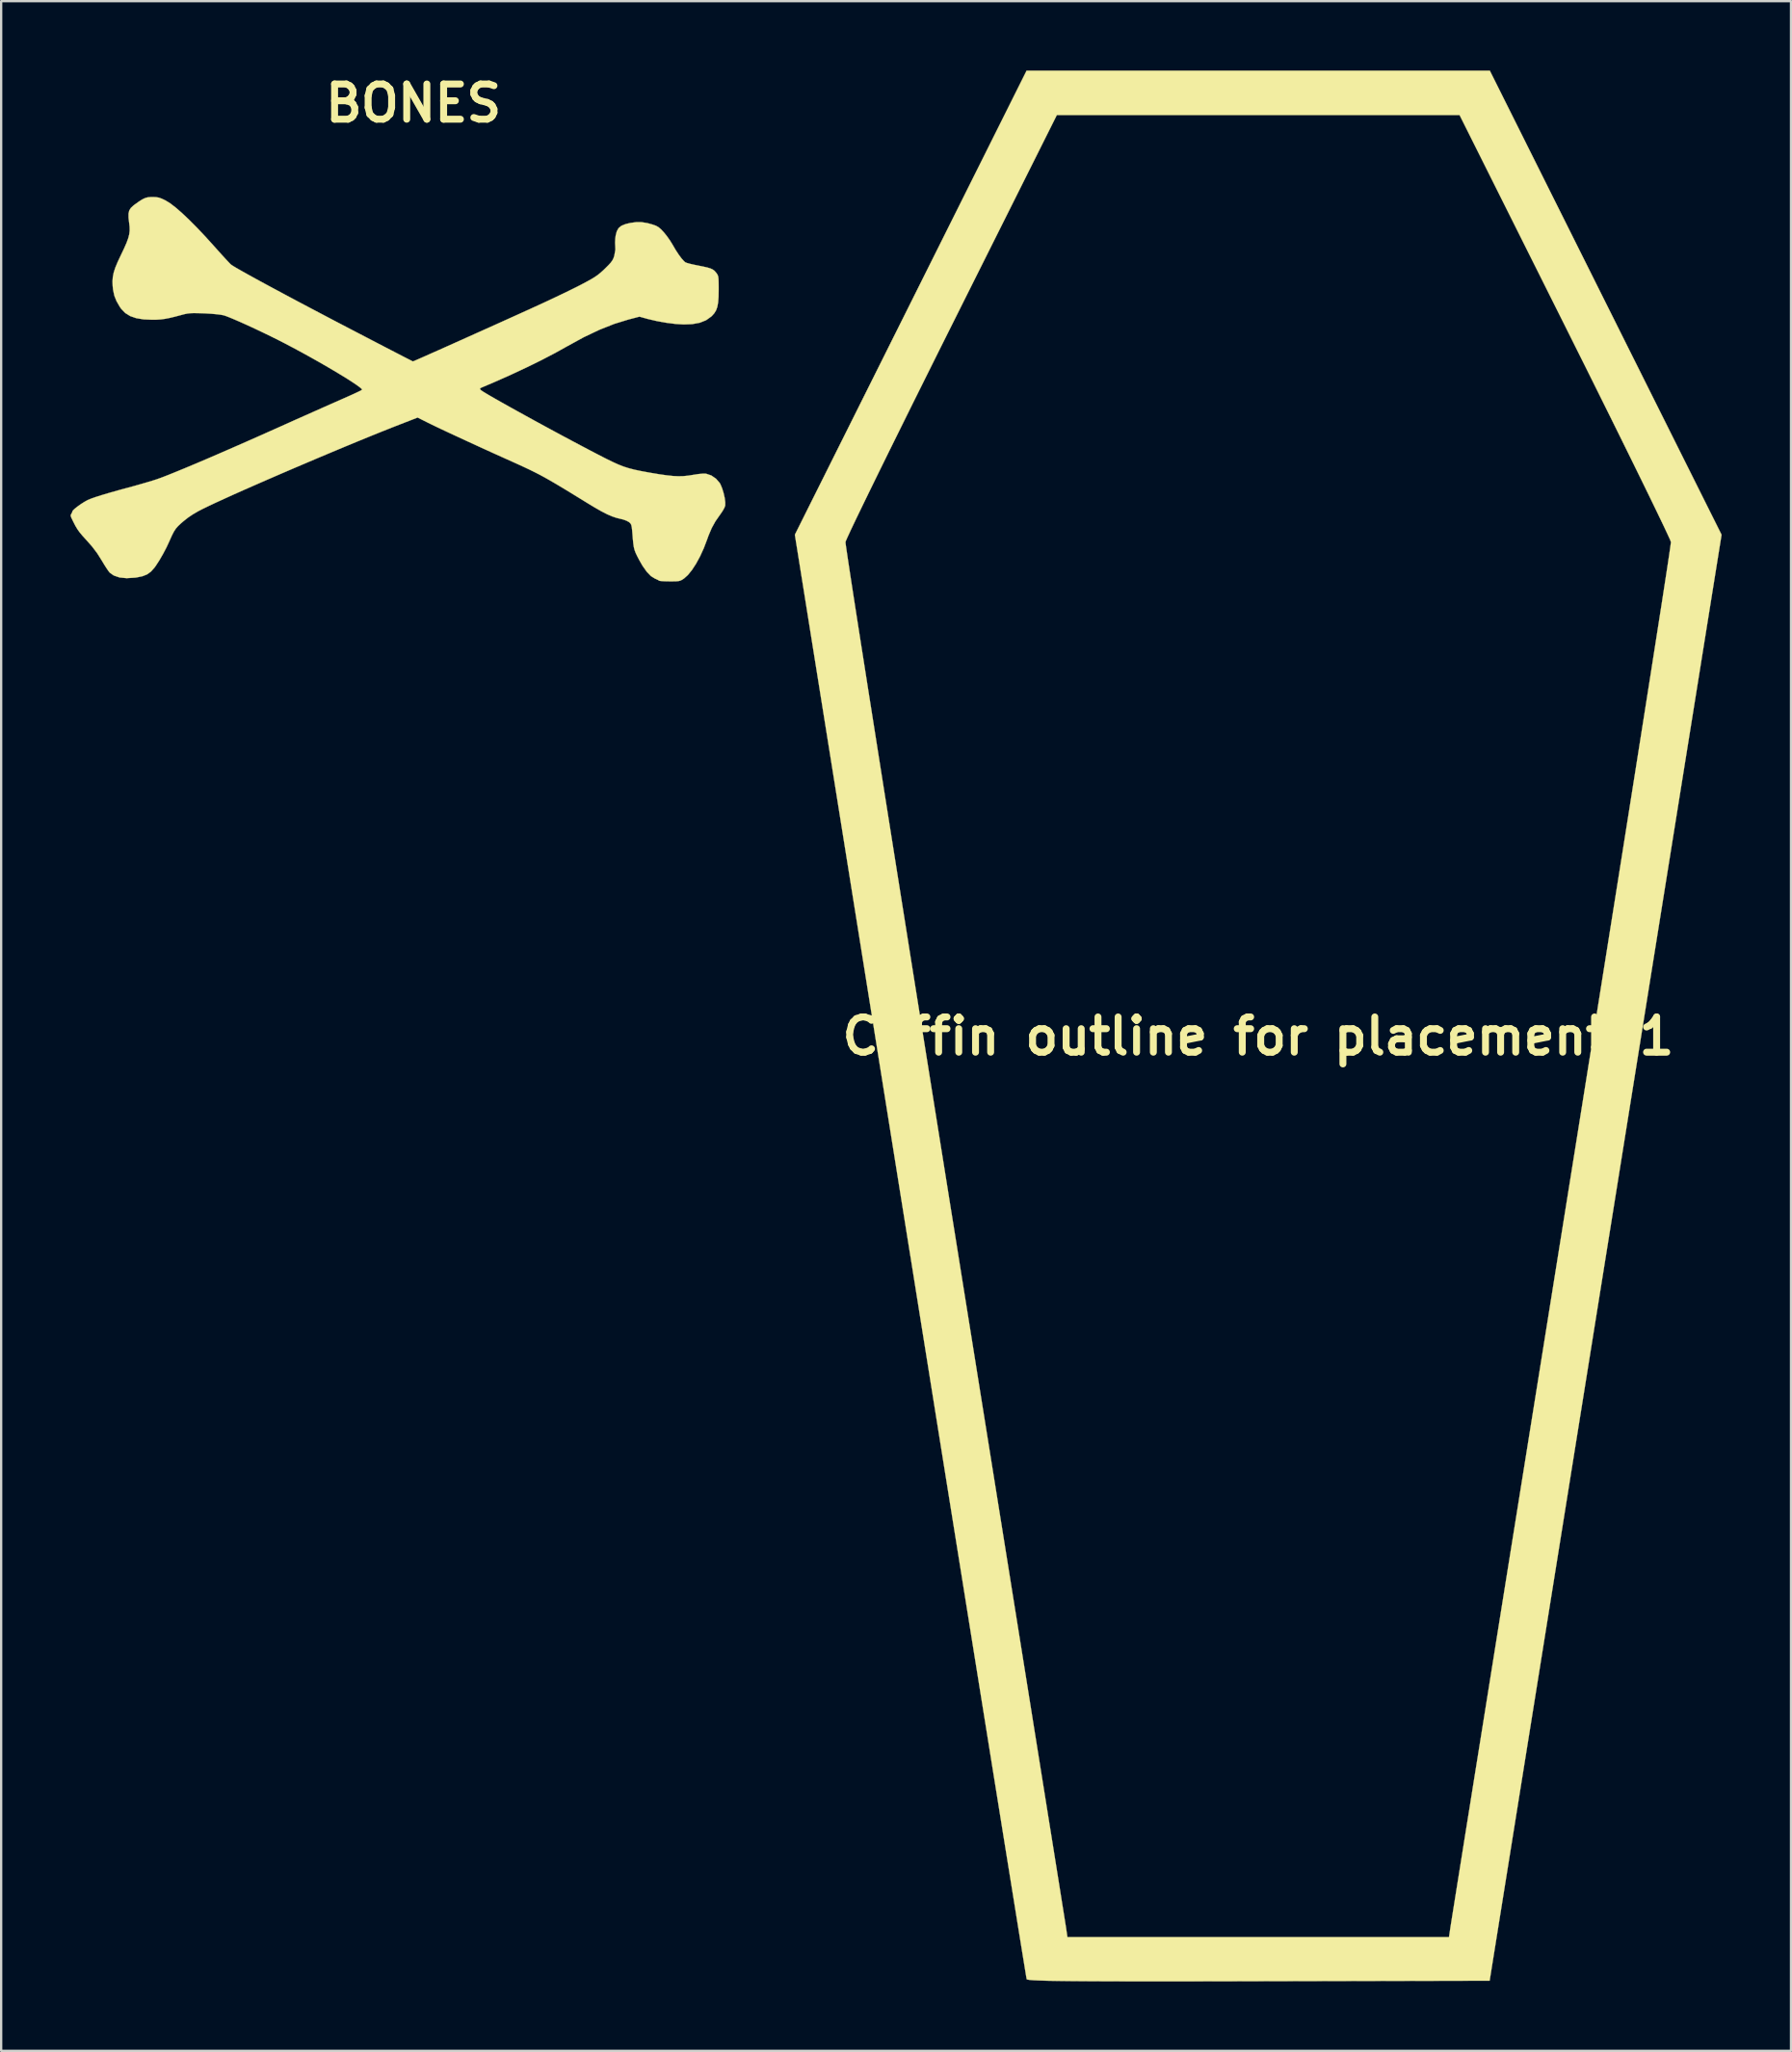
<source format=kicad_pcb>
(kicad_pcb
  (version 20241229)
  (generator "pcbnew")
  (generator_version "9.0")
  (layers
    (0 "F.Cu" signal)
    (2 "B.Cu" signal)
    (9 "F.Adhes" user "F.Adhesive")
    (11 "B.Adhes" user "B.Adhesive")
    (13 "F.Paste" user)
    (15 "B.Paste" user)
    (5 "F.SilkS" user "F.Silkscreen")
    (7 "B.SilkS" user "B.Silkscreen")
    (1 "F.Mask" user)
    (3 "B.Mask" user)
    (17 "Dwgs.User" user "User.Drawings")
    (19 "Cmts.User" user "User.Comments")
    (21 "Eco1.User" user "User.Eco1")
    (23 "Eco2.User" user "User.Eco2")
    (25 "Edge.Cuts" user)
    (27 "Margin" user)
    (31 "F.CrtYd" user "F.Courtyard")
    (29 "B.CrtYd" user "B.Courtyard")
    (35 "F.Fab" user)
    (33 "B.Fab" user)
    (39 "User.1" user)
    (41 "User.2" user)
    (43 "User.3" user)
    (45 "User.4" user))
  (footprint "Coffin outline for placement01"
    (layer "F.Cu")
    (at 51.379 41.78)
    (property "Reference" "Coffin outline for placement01" (at 0 0 0) (layer "F.SilkS") (effects (font (size 1.524 1.524) (thickness 0.3))))
    (attr through_hole)
    (fp_poly (pts (xy 15.032 -31.735) (xy 20.045 -21.696) (xy 15.028 9.582) (xy 10.012 40.859) (xy 0.017 40.881) (xy -1.629 40.885) (xy -3.097 40.887) (xy -4.394 40.887) (xy -5.53 40.887) (xy -6.514 40.885) (xy -7.356 40.881) (xy -8.063 40.876) (xy -8.644 40.869) (xy -9.11 40.861) (xy -9.469 40.85) (xy -9.73 40.838) (xy -9.902 40.823) (xy -9.994 40.807) (xy -10.015 40.794) (xy -10.032 40.7) (xy -10.075 40.439) (xy -10.144 40.017) (xy -10.238 39.44) (xy -10.356 38.715) (xy -10.496 37.847) (xy -10.658 36.842) (xy -10.841 35.708) (xy -11.044 34.449) (xy -11.265 33.072) (xy -11.505 31.583) (xy -11.761 29.989) (xy -12.033 28.295) (xy -12.32 26.508) (xy -12.621 24.633) (xy -12.935 22.677) (xy -13.261 20.646) (xy -13.598 18.547) (xy -13.945 16.384) (xy -14.3 14.165) (xy -14.664 11.896) (xy -15.034 9.582) (xy -15.049 9.494) (xy -19.993 -21.38) (xy -17.855 -21.38) (xy -17.844 -21.276) (xy -17.805 -21.005) (xy -17.741 -20.573) (xy -17.652 -19.987) (xy -17.539 -19.254) (xy -17.403 -18.378) (xy -17.245 -17.368) (xy -17.066 -16.229) (xy -16.868 -14.967) (xy -16.65 -13.589) (xy -16.415 -12.101) (xy -16.163 -10.509) (xy -15.895 -8.82) (xy -15.613 -7.041) (xy -15.316 -5.177) (xy -15.007 -3.234) (xy -14.685 -1.22) (xy -14.353 0.859) (xy -14.011 2.998) (xy -13.66 5.19) (xy -13.302 7.428) (xy -13.129 8.503) (xy -12.767 10.763) (xy -12.411 12.98) (xy -12.064 15.149) (xy -11.725 17.262) (xy -11.396 19.313) (xy -11.078 21.296) (xy -10.772 23.205) (xy -10.479 25.033) (xy -10.2 26.773) (xy -9.936 28.42) (xy -9.689 29.967) (xy -9.458 31.407) (xy -9.245 32.735) (xy -9.052 33.943) (xy -8.878 35.026) (xy -8.726 35.977) (xy -8.596 36.789) (xy -8.49 37.457) (xy -8.407 37.973) (xy -8.35 38.332) (xy -8.319 38.527) (xy -8.314 38.56) (xy -8.253 38.976) (xy 8.253 38.976) (xy 8.311 38.583) (xy 8.329 38.467) (xy 8.374 38.184) (xy 8.445 37.741) (xy 8.54 37.144) (xy 8.659 36.399) (xy 8.801 35.512) (xy 8.964 34.491) (xy 9.149 33.341) (xy 9.352 32.069) (xy 9.575 30.681) (xy 9.815 29.183) (xy 10.071 27.583) (xy 10.343 25.885) (xy 10.629 24.098) (xy 10.929 22.226) (xy 11.242 20.277) (xy 11.566 18.257) (xy 11.9 16.172) (xy 12.244 14.028) (xy 12.596 11.832) (xy 12.955 9.591) (xy 13.126 8.525) (xy 13.488 6.266) (xy 13.843 4.051) (xy 14.189 1.886) (xy 14.526 -0.224) (xy 14.853 -2.271) (xy 15.168 -4.249) (xy 15.471 -6.151) (xy 15.761 -7.973) (xy 16.036 -9.706) (xy 16.296 -11.346) (xy 16.539 -12.884) (xy 16.765 -14.316) (xy 16.973 -15.635) (xy 17.161 -16.834) (xy 17.329 -17.908) (xy 17.476 -18.849) (xy 17.6 -19.652) (xy 17.701 -20.31) (xy 17.777 -20.817) (xy 17.828 -21.166) (xy 17.853 -21.351) (xy 17.855 -21.38) (xy 17.813 -21.49) (xy 17.695 -21.748) (xy 17.508 -22.144) (xy 17.256 -22.669) (xy 16.945 -23.31) (xy 16.579 -24.06) (xy 16.164 -24.906) (xy 15.704 -25.839) (xy 15.205 -26.849) (xy 14.671 -27.925) (xy 14.108 -29.057) (xy 13.52 -30.234) (xy 13.269 -30.737) (xy 8.711 -39.852) (xy -8.711 -39.852) (xy -13.269 -30.737) (xy -13.865 -29.543) (xy -14.439 -28.39) (xy -14.986 -27.29) (xy -15.5 -26.251) (xy -15.977 -25.285) (xy -16.412 -24.401) (xy -16.799 -23.61) (xy -17.133 -22.922) (xy -17.411 -22.348) (xy -17.625 -21.897) (xy -17.772 -21.58) (xy -17.847 -21.407) (xy -17.855 -21.38) (xy -19.993 -21.38) (xy -20.044 -21.697) (xy -15.031 -31.736) (xy -10.019 -41.775) (xy 10.019 -41.775) (xy 15.032 -31.735)) (stroke (width 0.01) (type solid)) (fill yes) (layer "F.SilkS")))
  (footprint "BONES"
    (layer "F.Cu")
    (at 14.835 1.418)
    (property "Reference" "BONES" (at 0 0 0) (layer "F.SilkS") (effects (font (size 1.524 1.524) (thickness 0.3))))
    (attr through_hole)
    (fp_poly (pts (xy -11.134 4.061) (xy -11.01 4.082) (xy -10.882 4.128) (xy -10.719 4.207) (xy -10.712 4.211) (xy -10.521 4.329) (xy -10.287 4.509) (xy -10.014 4.746) (xy -9.707 5.037) (xy -9.368 5.377) (xy -9.004 5.762) (xy -8.636 6.169) (xy -8.449 6.378) (xy -8.275 6.571) (xy -8.123 6.737) (xy -8.001 6.867) (xy -7.918 6.953) (xy -7.887 6.981) (xy -7.801 7.039) (xy -7.647 7.131) (xy -7.43 7.255) (xy -7.154 7.41) (xy -6.823 7.593) (xy -6.441 7.801) (xy -6.012 8.032) (xy -5.542 8.284) (xy -5.033 8.556) (xy -4.49 8.843) (xy -3.917 9.145) (xy -3.319 9.459) (xy -2.914 9.67) (xy -2.468 9.903) (xy -2.042 10.125) (xy -1.642 10.333) (xy -1.274 10.524) (xy -0.942 10.696) (xy -0.653 10.845) (xy -0.412 10.97) (xy -0.224 11.066) (xy -0.094 11.132) (xy -0.028 11.165) (xy -0.021 11.168) (xy 0.02 11.152) (xy 0.128 11.105) (xy 0.298 11.031) (xy 0.523 10.931) (xy 0.797 10.809) (xy 1.115 10.668) (xy 1.469 10.51) (xy 1.855 10.337) (xy 2.266 10.153) (xy 2.695 9.96) (xy 3.138 9.761) (xy 3.587 9.559) (xy 4.037 9.356) (xy 4.482 9.155) (xy 4.915 8.959) (xy 5.04 8.902) (xy 5.401 8.737) (xy 5.769 8.567) (xy 6.129 8.397) (xy 6.47 8.235) (xy 6.777 8.086) (xy 7.038 7.957) (xy 7.239 7.855) (xy 7.248 7.85) (xy 7.502 7.715) (xy 7.699 7.605) (xy 7.854 7.51) (xy 7.983 7.42) (xy 8.1 7.324) (xy 8.223 7.213) (xy 8.283 7.155) (xy 8.435 7.004) (xy 8.54 6.889) (xy 8.609 6.792) (xy 8.656 6.697) (xy 8.689 6.596) (xy 8.736 6.332) (xy 8.73 6.175) (xy 8.723 6.029) (xy 8.732 5.85) (xy 8.749 5.721) (xy 8.798 5.535) (xy 8.877 5.397) (xy 9 5.298) (xy 9.18 5.225) (xy 9.384 5.177) (xy 9.638 5.142) (xy 9.873 5.144) (xy 10.121 5.184) (xy 10.349 5.247) (xy 10.489 5.297) (xy 10.599 5.358) (xy 10.707 5.449) (xy 10.823 5.572) (xy 10.957 5.736) (xy 11.096 5.932) (xy 11.211 6.118) (xy 11.215 6.125) (xy 11.343 6.345) (xy 11.475 6.546) (xy 11.6 6.714) (xy 11.708 6.834) (xy 11.766 6.882) (xy 11.837 6.909) (xy 11.967 6.945) (xy 12.136 6.984) (xy 12.283 7.014) (xy 12.534 7.064) (xy 12.719 7.106) (xy 12.853 7.147) (xy 12.948 7.191) (xy 13.019 7.243) (xy 13.08 7.31) (xy 13.094 7.328) (xy 13.137 7.387) (xy 13.167 7.443) (xy 13.186 7.51) (xy 13.197 7.605) (xy 13.202 7.742) (xy 13.204 7.937) (xy 13.204 8.06) (xy 13.199 8.37) (xy 13.181 8.613) (xy 13.147 8.804) (xy 13.093 8.957) (xy 13.015 9.085) (xy 12.909 9.203) (xy 12.882 9.227) (xy 12.659 9.386) (xy 12.384 9.495) (xy 12.054 9.555) (xy 11.692 9.568) (xy 11.342 9.547) (xy 10.948 9.497) (xy 10.538 9.424) (xy 10.142 9.332) (xy 10.08 9.315) (xy 9.777 9.231) (xy 9.295 9.357) (xy 8.687 9.544) (xy 8.045 9.799) (xy 7.365 10.122) (xy 6.647 10.515) (xy 6.644 10.516) (xy 6.124 10.806) (xy 5.539 11.111) (xy 4.902 11.424) (xy 4.226 11.74) (xy 3.523 12.053) (xy 3.004 12.274) (xy 2.907 12.317) (xy 2.875 12.348) (xy 2.897 12.386) (xy 2.925 12.413) (xy 2.989 12.459) (xy 3.117 12.538) (xy 3.303 12.648) (xy 3.541 12.785) (xy 3.823 12.945) (xy 4.142 13.124) (xy 4.493 13.319) (xy 4.868 13.526) (xy 5.261 13.742) (xy 5.665 13.962) (xy 6.073 14.183) (xy 6.479 14.402) (xy 6.876 14.614) (xy 7.257 14.816) (xy 7.616 15.005) (xy 7.946 15.177) (xy 8.239 15.328) (xy 8.386 15.402) (xy 8.649 15.53) (xy 8.88 15.634) (xy 9.096 15.718) (xy 9.316 15.788) (xy 9.558 15.851) (xy 9.84 15.91) (xy 10.179 15.973) (xy 10.277 15.99) (xy 10.655 16.053) (xy 10.97 16.097) (xy 11.236 16.125) (xy 11.468 16.135) (xy 11.681 16.13) (xy 11.89 16.109) (xy 12.109 16.074) (xy 12.11 16.074) (xy 12.32 16.041) (xy 12.503 16.024) (xy 12.637 16.024) (xy 12.661 16.026) (xy 12.887 16.102) (xy 13.09 16.242) (xy 13.249 16.426) (xy 13.283 16.487) (xy 13.355 16.659) (xy 13.417 16.862) (xy 13.464 17.07) (xy 13.489 17.258) (xy 13.488 17.399) (xy 13.486 17.407) (xy 13.451 17.501) (xy 13.378 17.632) (xy 13.281 17.776) (xy 13.255 17.811) (xy 13.063 18.087) (xy 12.905 18.373) (xy 12.767 18.698) (xy 12.703 18.875) (xy 12.561 19.248) (xy 12.4 19.6) (xy 12.227 19.918) (xy 12.049 20.191) (xy 11.873 20.408) (xy 11.711 20.554) (xy 11.627 20.611) (xy 11.554 20.648) (xy 11.473 20.67) (xy 11.362 20.68) (xy 11.202 20.683) (xy 11.093 20.683) (xy 10.913 20.68) (xy 10.763 20.673) (xy 10.662 20.663) (xy 10.628 20.653) (xy 10.574 20.62) (xy 10.477 20.575) (xy 10.447 20.563) (xy 10.272 20.454) (xy 10.092 20.267) (xy 9.907 20.004) (xy 9.765 19.756) (xy 9.675 19.583) (xy 9.61 19.445) (xy 9.565 19.323) (xy 9.533 19.194) (xy 9.511 19.04) (xy 9.491 18.84) (xy 9.478 18.671) (xy 9.461 18.472) (xy 9.445 18.336) (xy 9.425 18.247) (xy 9.397 18.189) (xy 9.355 18.144) (xy 9.327 18.12) (xy 9.223 18.062) (xy 9.078 18.008) (xy 8.971 17.982) (xy 8.783 17.936) (xy 8.589 17.87) (xy 8.376 17.778) (xy 8.133 17.653) (xy 7.849 17.491) (xy 7.56 17.317) (xy 7.132 17.054) (xy 6.765 16.829) (xy 6.446 16.635) (xy 6.168 16.469) (xy 5.921 16.325) (xy 5.696 16.197) (xy 5.482 16.081) (xy 5.27 15.972) (xy 5.052 15.864) (xy 4.817 15.753) (xy 4.557 15.633) (xy 4.261 15.499) (xy 3.92 15.346) (xy 3.911 15.341) (xy 3.522 15.166) (xy 3.119 14.983) (xy 2.71 14.796) (xy 2.307 14.611) (xy 1.919 14.431) (xy 1.556 14.263) (xy 1.23 14.11) (xy 0.951 13.977) (xy 0.728 13.869) (xy 0.618 13.815) (xy 0.181 13.596) (xy -0.529 13.871) (xy -0.944 14.033) (xy -1.4 14.215) (xy -1.891 14.414) (xy -2.412 14.627) (xy -2.955 14.852) (xy -3.513 15.085) (xy -4.082 15.324) (xy -4.653 15.567) (xy -5.221 15.809) (xy -5.78 16.049) (xy -6.322 16.284) (xy -6.841 16.511) (xy -7.332 16.727) (xy -7.787 16.93) (xy -8.199 17.117) (xy -8.564 17.284) (xy -8.873 17.43) (xy -9.122 17.551) (xy -9.302 17.644) (xy -9.313 17.65) (xy -9.547 17.787) (xy -9.746 17.921) (xy -9.945 18.078) (xy -10.058 18.176) (xy -10.18 18.29) (xy -10.277 18.401) (xy -10.361 18.529) (xy -10.445 18.692) (xy -10.543 18.91) (xy -10.551 18.929) (xy -10.681 19.209) (xy -10.834 19.501) (xy -10.996 19.78) (xy -11.152 20.02) (xy -11.203 20.09) (xy -11.353 20.259) (xy -11.519 20.38) (xy -11.721 20.461) (xy -11.978 20.514) (xy -12.039 20.522) (xy -12.405 20.545) (xy -12.713 20.515) (xy -12.962 20.43) (xy -13.133 20.311) (xy -13.188 20.244) (xy -13.271 20.123) (xy -13.372 19.965) (xy -13.479 19.787) (xy -13.485 19.777) (xy -13.681 19.466) (xy -13.901 19.176) (xy -14.14 18.905) (xy -14.304 18.725) (xy -14.43 18.575) (xy -14.532 18.434) (xy -14.624 18.281) (xy -14.721 18.091) (xy -14.808 17.91) (xy -14.83 17.822) (xy -14.804 17.771) (xy -14.761 17.691) (xy -14.756 17.658) (xy -14.724 17.608) (xy -14.639 17.529) (xy -14.516 17.433) (xy -14.373 17.332) (xy -14.224 17.238) (xy -14.091 17.165) (xy -13.95 17.106) (xy -13.736 17.031) (xy -13.454 16.942) (xy -13.109 16.84) (xy -12.705 16.726) (xy -12.357 16.632) (xy -12.075 16.555) (xy -11.79 16.474) (xy -11.521 16.396) (xy -11.288 16.326) (xy -11.11 16.269) (xy -11.095 16.264) (xy -10.889 16.19) (xy -10.616 16.084) (xy -10.279 15.948) (xy -9.885 15.786) (xy -9.439 15.599) (xy -8.946 15.389) (xy -8.411 15.158) (xy -7.841 14.91) (xy -7.239 14.646) (xy -6.611 14.368) (xy -5.962 14.078) (xy -5.961 14.078) (xy -5.542 13.89) (xy -5.121 13.701) (xy -4.709 13.518) (xy -4.316 13.343) (xy -3.952 13.181) (xy -3.627 13.036) (xy -3.35 12.914) (xy -3.132 12.818) (xy -3.044 12.779) (xy -2.811 12.676) (xy -2.6 12.581) (xy -2.426 12.5) (xy -2.298 12.438) (xy -2.23 12.401) (xy -2.224 12.396) (xy -2.238 12.36) (xy -2.317 12.289) (xy -2.454 12.189) (xy -2.643 12.062) (xy -2.876 11.912) (xy -3.148 11.745) (xy -3.451 11.563) (xy -3.779 11.37) (xy -4.126 11.171) (xy -4.485 10.969) (xy -4.849 10.768) (xy -5.212 10.573) (xy -5.567 10.386) (xy -5.806 10.264) (xy -6.142 10.096) (xy -6.486 9.929) (xy -6.826 9.767) (xy -7.153 9.615) (xy -7.457 9.478) (xy -7.728 9.36) (xy -7.955 9.265) (xy -8.127 9.199) (xy -8.217 9.171) (xy -8.34 9.148) (xy -8.522 9.126) (xy -8.742 9.106) (xy -8.979 9.092) (xy -9.071 9.088) (xy -9.32 9.08) (xy -9.508 9.078) (xy -9.654 9.083) (xy -9.777 9.097) (xy -9.898 9.121) (xy -10.019 9.153) (xy -10.314 9.231) (xy -10.551 9.288) (xy -10.749 9.326) (xy -10.929 9.35) (xy -11.109 9.362) (xy -11.289 9.365) (xy -11.672 9.349) (xy -11.991 9.297) (xy -12.252 9.207) (xy -12.465 9.075) (xy -12.637 8.898) (xy -12.698 8.813) (xy -12.845 8.559) (xy -12.94 8.321) (xy -12.994 8.064) (xy -13.011 7.902) (xy -13.018 7.7) (xy -13.004 7.513) (xy -12.966 7.323) (xy -12.899 7.115) (xy -12.798 6.872) (xy -12.659 6.577) (xy -12.655 6.568) (xy -12.514 6.273) (xy -12.409 6.033) (xy -12.337 5.835) (xy -12.293 5.664) (xy -12.275 5.506) (xy -12.278 5.348) (xy -12.296 5.191) (xy -12.324 4.953) (xy -12.325 4.775) (xy -12.294 4.64) (xy -12.227 4.53) (xy -12.117 4.427) (xy -12.071 4.391) (xy -11.88 4.254) (xy -11.733 4.16) (xy -11.611 4.101) (xy -11.496 4.069) (xy -11.369 4.057) (xy -11.285 4.055) (xy -11.134 4.061)) (stroke (width 0.01) (type solid)) (fill yes) (layer "F.SilkS")))
  (gr_rect
    (start -3 -3)
    (end 74.428 85.673)
    (stroke (width 0.1) (type default))
    (fill no)
    (layer "Edge.Cuts")))
</source>
